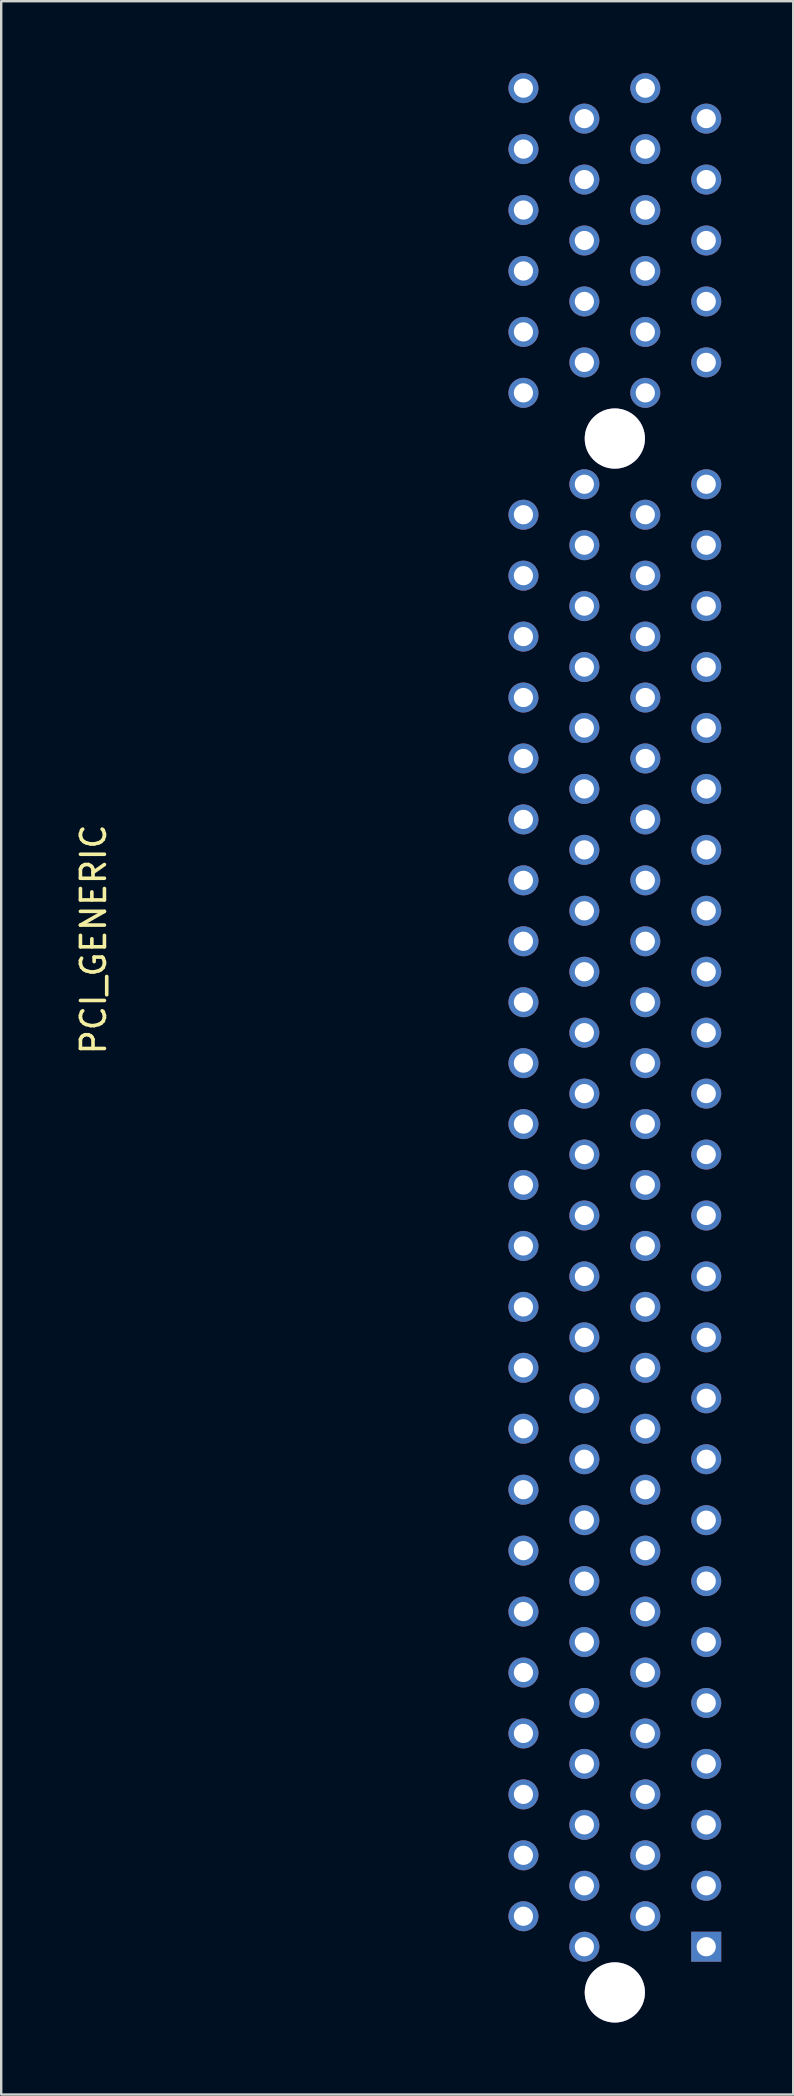
<source format=kicad_pcb>
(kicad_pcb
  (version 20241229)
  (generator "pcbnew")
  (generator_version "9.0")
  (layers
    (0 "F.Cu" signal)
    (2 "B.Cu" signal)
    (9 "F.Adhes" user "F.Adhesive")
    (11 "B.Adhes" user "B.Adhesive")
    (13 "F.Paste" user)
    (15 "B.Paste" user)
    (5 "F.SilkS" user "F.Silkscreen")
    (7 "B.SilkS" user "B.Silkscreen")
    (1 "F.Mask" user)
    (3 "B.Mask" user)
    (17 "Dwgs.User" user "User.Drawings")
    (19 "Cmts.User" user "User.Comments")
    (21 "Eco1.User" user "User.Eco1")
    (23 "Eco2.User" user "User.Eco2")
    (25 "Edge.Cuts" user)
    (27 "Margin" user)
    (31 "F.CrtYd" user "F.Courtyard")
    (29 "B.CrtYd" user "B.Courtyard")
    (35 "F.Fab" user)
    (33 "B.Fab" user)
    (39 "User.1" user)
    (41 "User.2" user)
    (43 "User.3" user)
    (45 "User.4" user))
  (footprint "PCI_GENERIC"
    (layer "F.Cu")
    (at 21.848 43.105)
    (property "Reference" "PCI_GENERIC" (at -21 -7 90) (layer "F.SilkS") (effects (font (size 1 1) (thickness 0.15))))
    (pad "A01" thru_hole rect (at 4.54 34.99 90) (size 1.25 1.25) (drill 0.8) (layers "*.Cu" "*.Mask"))
    (pad "A02" thru_hole oval (at 2 33.72 90) (size 1.25 1.25) (drill 0.8) (layers "*.Cu" "*.Mask"))
    (pad "A03" thru_hole oval (at 4.54 32.45 90) (size 1.25 1.25) (drill 0.8) (layers "*.Cu" "*.Mask"))
    (pad "A04" thru_hole oval (at 2 31.18 90) (size 1.25 1.25) (drill 0.8) (layers "*.Cu" "*.Mask"))
    (pad "A05" thru_hole oval (at 4.54 29.91 90) (size 1.25 1.25) (drill 0.8) (layers "*.Cu" "*.Mask"))
    (pad "A06" thru_hole oval (at 2 28.64 90) (size 1.25 1.25) (drill 0.8) (layers "*.Cu" "*.Mask"))
    (pad "A07" thru_hole oval (at 4.54 27.37 90) (size 1.25 1.25) (drill 0.8) (layers "*.Cu" "*.Mask"))
    (pad "A08" thru_hole oval (at 2 26.1 90) (size 1.25 1.25) (drill 0.8) (layers "*.Cu" "*.Mask"))
    (pad "A09" thru_hole oval (at 4.54 24.83 90) (size 1.25 1.25) (drill 0.8) (layers "*.Cu" "*.Mask"))
    (pad "A10" thru_hole oval (at 2 23.56 90) (size 1.25 1.25) (drill 0.8) (layers "*.Cu" "*.Mask"))
    (pad "A11" thru_hole oval (at 4.54 22.29 90) (size 1.25 1.25) (drill 0.8) (layers "*.Cu" "*.Mask"))
    (pad "A12" thru_hole oval (at 2 21.02 90) (size 1.25 1.25) (drill 0.8) (layers "*.Cu" "*.Mask"))
    (pad "A13" thru_hole oval (at 4.54 19.75 90) (size 1.25 1.25) (drill 0.8) (layers "*.Cu" "*.Mask"))
    (pad "A14" thru_hole oval (at 2 18.48 90) (size 1.25 1.25) (drill 0.8) (layers "*.Cu" "*.Mask"))
    (pad "A15" thru_hole oval (at 4.54 17.21 90) (size 1.25 1.25) (drill 0.8) (layers "*.Cu" "*.Mask"))
    (pad "A16" thru_hole oval (at 2 15.94 90) (size 1.25 1.25) (drill 0.8) (layers "*.Cu" "*.Mask"))
    (pad "A17" thru_hole oval (at 4.54 14.67 90) (size 1.25 1.25) (drill 0.8) (layers "*.Cu" "*.Mask"))
    (pad "A18" thru_hole oval (at 2 13.4 90) (size 1.25 1.25) (drill 0.8) (layers "*.Cu" "*.Mask"))
    (pad "A19" thru_hole oval (at 4.54 12.13 90) (size 1.25 1.25) (drill 0.8) (layers "*.Cu" "*.Mask"))
    (pad "A20" thru_hole oval (at 2 10.86 90) (size 1.25 1.25) (drill 0.8) (layers "*.Cu" "*.Mask"))
    (pad "A21" thru_hole oval (at 4.54 9.59 90) (size 1.25 1.25) (drill 0.8) (layers "*.Cu" "*.Mask"))
    (pad "A22" thru_hole oval (at 2 8.32 90) (size 1.25 1.25) (drill 0.8) (layers "*.Cu" "*.Mask"))
    (pad "A23" thru_hole oval (at 4.54 7.05 90) (size 1.25 1.25) (drill 0.8) (layers "*.Cu" "*.Mask"))
    (pad "A24" thru_hole oval (at 2 5.78 90) (size 1.25 1.25) (drill 0.8) (layers "*.Cu" "*.Mask"))
    (pad "A25" thru_hole oval (at 4.54 4.51 90) (size 1.25 1.25) (drill 0.8) (layers "*.Cu" "*.Mask"))
    (pad "A26" thru_hole oval (at 2 3.24 90) (size 1.25 1.25) (drill 0.8) (layers "*.Cu" "*.Mask"))
    (pad "A27" thru_hole oval (at 4.54 1.97 90) (size 1.25 1.25) (drill 0.8) (layers "*.Cu" "*.Mask"))
    (pad "A28" thru_hole oval (at 2 0.7 90) (size 1.25 1.25) (drill 0.8) (layers "*.Cu" "*.Mask"))
    (pad "A29" thru_hole oval (at 4.54 -0.57 90) (size 1.25 1.25) (drill 0.8) (layers "*.Cu" "*.Mask"))
    (pad "A30" thru_hole oval (at 2 -1.84 90) (size 1.25 1.25) (drill 0.8) (layers "*.Cu" "*.Mask"))
    (pad "A31" thru_hole oval (at 4.54 -3.11 90) (size 1.25 1.25) (drill 0.8) (layers "*.Cu" "*.Mask"))
    (pad "A32" thru_hole oval (at 2 -4.38 90) (size 1.25 1.25) (drill 0.8) (layers "*.Cu" "*.Mask"))
    (pad "A33" thru_hole oval (at 4.54 -5.65 90) (size 1.25 1.25) (drill 0.8) (layers "*.Cu" "*.Mask"))
    (pad "A34" thru_hole oval (at 2 -6.92 90) (size 1.25 1.25) (drill 0.8) (layers "*.Cu" "*.Mask"))
    (pad "A35" thru_hole oval (at 4.54 -8.19 90) (size 1.25 1.25) (drill 0.8) (layers "*.Cu" "*.Mask"))
    (pad "A36" thru_hole oval (at 2 -9.46 90) (size 1.25 1.25) (drill 0.8) (layers "*.Cu" "*.Mask"))
    (pad "A37" thru_hole oval (at 4.54 -10.73 90) (size 1.25 1.25) (drill 0.8) (layers "*.Cu" "*.Mask"))
    (pad "A38" thru_hole oval (at 2 -12 90) (size 1.25 1.25) (drill 0.8) (layers "*.Cu" "*.Mask"))
    (pad "A39" thru_hole oval (at 4.54 -13.27 90) (size 1.25 1.25) (drill 0.8) (layers "*.Cu" "*.Mask"))
    (pad "A40" thru_hole oval (at 2 -14.54 90) (size 1.25 1.25) (drill 0.8) (layers "*.Cu" "*.Mask"))
    (pad "A41" thru_hole oval (at 4.54 -15.81 90) (size 1.25 1.25) (drill 0.8) (layers "*.Cu" "*.Mask"))
    (pad "A42" thru_hole oval (at 2 -17.08 90) (size 1.25 1.25) (drill 0.8) (layers "*.Cu" "*.Mask"))
    (pad "A43" thru_hole oval (at 4.54 -18.35 90) (size 1.25 1.25) (drill 0.8) (layers "*.Cu" "*.Mask"))
    (pad "A44" thru_hole oval (at 2 -19.62 90) (size 1.25 1.25) (drill 0.8) (layers "*.Cu" "*.Mask"))
    (pad "A45" thru_hole oval (at 4.54 -20.89 90) (size 1.25 1.25) (drill 0.8) (layers "*.Cu" "*.Mask"))
    (pad "A46" thru_hole oval (at 2 -22.16 90) (size 1.25 1.25) (drill 0.8) (layers "*.Cu" "*.Mask"))
    (pad "A47" thru_hole oval (at 4.54 -23.43 90) (size 1.25 1.25) (drill 0.8) (layers "*.Cu" "*.Mask"))
    (pad "A48" thru_hole oval (at 2 -24.7 90) (size 1.25 1.25) (drill 0.8) (layers "*.Cu" "*.Mask"))
    (pad "A49" thru_hole oval (at 4.54 -25.97 90) (size 1.25 1.25) (drill 0.8) (layers "*.Cu" "*.Mask"))
    (pad "A52" thru_hole oval (at 2 -29.78 90) (size 1.25 1.25) (drill 0.8) (layers "*.Cu" "*.Mask"))
    (pad "A53" thru_hole oval (at 4.54 -31.05 90) (size 1.25 1.25) (drill 0.8) (layers "*.Cu" "*.Mask"))
    (pad "A54" thru_hole oval (at 2 -32.32 90) (size 1.25 1.25) (drill 0.8) (layers "*.Cu" "*.Mask"))
    (pad "A55" thru_hole oval (at 4.54 -33.59 90) (size 1.25 1.25) (drill 0.8) (layers "*.Cu" "*.Mask"))
    (pad "A56" thru_hole oval (at 2 -34.86 90) (size 1.25 1.25) (drill 0.8) (layers "*.Cu" "*.Mask"))
    (pad "A57" thru_hole oval (at 4.54 -36.13 90) (size 1.25 1.25) (drill 0.8) (layers "*.Cu" "*.Mask"))
    (pad "A58" thru_hole oval (at 2 -37.4 90) (size 1.25 1.25) (drill 0.8) (layers "*.Cu" "*.Mask"))
    (pad "A59" thru_hole oval (at 4.54 -38.67 90) (size 1.25 1.25) (drill 0.8) (layers "*.Cu" "*.Mask"))
    (pad "A60" thru_hole oval (at 2 -39.94 90) (size 1.25 1.25) (drill 0.8) (layers "*.Cu" "*.Mask"))
    (pad "A61" thru_hole oval (at 4.54 -41.21 90) (size 1.25 1.25) (drill 0.8) (layers "*.Cu" "*.Mask"))
    (pad "A62" thru_hole oval (at 2 -42.48 90) (size 1.25 1.25) (drill 0.8) (layers "*.Cu" "*.Mask"))
    (pad "B01" thru_hole oval (at -0.54 34.99 90) (size 1.25 1.25) (drill 0.8) (layers "*.Cu" "*.Mask"))
    (pad "B02" thru_hole oval (at -3.08 33.72 90) (size 1.25 1.25) (drill 0.8) (layers "*.Cu" "*.Mask"))
    (pad "B03" thru_hole oval (at -0.54 32.45 90) (size 1.25 1.25) (drill 0.8) (layers "*.Cu" "*.Mask"))
    (pad "B04" thru_hole oval (at -3.08 31.18 90) (size 1.25 1.25) (drill 0.8) (layers "*.Cu" "*.Mask"))
    (pad "B05" thru_hole oval (at -0.54 29.91 90) (size 1.25 1.25) (drill 0.8) (layers "*.Cu" "*.Mask"))
    (pad "B06" thru_hole oval (at -3.08 28.64 90) (size 1.25 1.25) (drill 0.8) (layers "*.Cu" "*.Mask"))
    (pad "B07" thru_hole oval (at -0.54 27.37 90) (size 1.25 1.25) (drill 0.8) (layers "*.Cu" "*.Mask"))
    (pad "B08" thru_hole oval (at -3.08 26.1 90) (size 1.25 1.25) (drill 0.8) (layers "*.Cu" "*.Mask"))
    (pad "B09" thru_hole oval (at -0.54 24.83 90) (size 1.25 1.25) (drill 0.8) (layers "*.Cu" "*.Mask"))
    (pad "B10" thru_hole oval (at -3.08 23.56 90) (size 1.25 1.25) (drill 0.8) (layers "*.Cu" "*.Mask"))
    (pad "B11" thru_hole oval (at -0.54 22.29 90) (size 1.25 1.25) (drill 0.8) (layers "*.Cu" "*.Mask"))
    (pad "B12" thru_hole oval (at -3.08 21.02 90) (size 1.25 1.25) (drill 0.8) (layers "*.Cu" "*.Mask"))
    (pad "B13" thru_hole oval (at -0.54 19.75 90) (size 1.25 1.25) (drill 0.8) (layers "*.Cu" "*.Mask"))
    (pad "B14" thru_hole oval (at -3.08 18.48 90) (size 1.25 1.25) (drill 0.8) (layers "*.Cu" "*.Mask"))
    (pad "B15" thru_hole oval (at -0.54 17.21 90) (size 1.25 1.25) (drill 0.8) (layers "*.Cu" "*.Mask"))
    (pad "B16" thru_hole oval (at -3.08 15.94 90) (size 1.25 1.25) (drill 0.8) (layers "*.Cu" "*.Mask"))
    (pad "B17" thru_hole oval (at -0.54 14.67 90) (size 1.25 1.25) (drill 0.8) (layers "*.Cu" "*.Mask"))
    (pad "B18" thru_hole oval (at -3.08 13.4 90) (size 1.25 1.25) (drill 0.8) (layers "*.Cu" "*.Mask"))
    (pad "B19" thru_hole oval (at -0.54 12.13 90) (size 1.25 1.25) (drill 0.8) (layers "*.Cu" "*.Mask"))
    (pad "B20" thru_hole oval (at -3.08 10.86 90) (size 1.25 1.25) (drill 0.8) (layers "*.Cu" "*.Mask"))
    (pad "B21" thru_hole oval (at -0.54 9.59 90) (size 1.25 1.25) (drill 0.8) (layers "*.Cu" "*.Mask"))
    (pad "B22" thru_hole oval (at -3.08 8.32 90) (size 1.25 1.25) (drill 0.8) (layers "*.Cu" "*.Mask"))
    (pad "B23" thru_hole oval (at -0.54 7.05 90) (size 1.25 1.25) (drill 0.8) (layers "*.Cu" "*.Mask"))
    (pad "B24" thru_hole oval (at -3.08 5.78 90) (size 1.25 1.25) (drill 0.8) (layers "*.Cu" "*.Mask"))
    (pad "B25" thru_hole oval (at -0.54 4.51 90) (size 1.25 1.25) (drill 0.8) (layers "*.Cu" "*.Mask"))
    (pad "B26" thru_hole oval (at -3.08 3.24 90) (size 1.25 1.25) (drill 0.8) (layers "*.Cu" "*.Mask"))
    (pad "B27" thru_hole oval (at -0.54 1.97 90) (size 1.25 1.25) (drill 0.8) (layers "*.Cu" "*.Mask"))
    (pad "B28" thru_hole oval (at -3.08 0.7 90) (size 1.25 1.25) (drill 0.8) (layers "*.Cu" "*.Mask"))
    (pad "B29" thru_hole oval (at -0.54 -0.57 90) (size 1.25 1.25) (drill 0.8) (layers "*.Cu" "*.Mask"))
    (pad "B30" thru_hole oval (at -3.08 -1.84 90) (size 1.25 1.25) (drill 0.8) (layers "*.Cu" "*.Mask"))
    (pad "B31" thru_hole oval (at -0.54 -3.11 90) (size 1.25 1.25) (drill 0.8) (layers "*.Cu" "*.Mask"))
    (pad "B32" thru_hole oval (at -3.08 -4.38 90) (size 1.25 1.25) (drill 0.8) (layers "*.Cu" "*.Mask"))
    (pad "B33" thru_hole oval (at -0.54 -5.65 90) (size 1.25 1.25) (drill 0.8) (layers "*.Cu" "*.Mask"))
    (pad "B34" thru_hole oval (at -3.08 -6.92 90) (size 1.25 1.25) (drill 0.8) (layers "*.Cu" "*.Mask"))
    (pad "B35" thru_hole oval (at -0.54 -8.19 90) (size 1.25 1.25) (drill 0.8) (layers "*.Cu" "*.Mask"))
    (pad "B36" thru_hole oval (at -3.08 -9.46 90) (size 1.25 1.25) (drill 0.8) (layers "*.Cu" "*.Mask"))
    (pad "B37" thru_hole oval (at -0.54 -10.73 90) (size 1.25 1.25) (drill 0.8) (layers "*.Cu" "*.Mask"))
    (pad "B38" thru_hole oval (at -3.08 -12 90) (size 1.25 1.25) (drill 0.8) (layers "*.Cu" "*.Mask"))
    (pad "B39" thru_hole oval (at -0.54 -13.27 90) (size 1.25 1.25) (drill 0.8) (layers "*.Cu" "*.Mask"))
    (pad "B40" thru_hole oval (at -3.08 -14.54 90) (size 1.25 1.25) (drill 0.8) (layers "*.Cu" "*.Mask"))
    (pad "B41" thru_hole oval (at -0.54 -15.81 90) (size 1.25 1.25) (drill 0.8) (layers "*.Cu" "*.Mask"))
    (pad "B42" thru_hole oval (at -3.08 -17.08 90) (size 1.25 1.25) (drill 0.8) (layers "*.Cu" "*.Mask"))
    (pad "B43" thru_hole oval (at -0.54 -18.35 90) (size 1.25 1.25) (drill 0.8) (layers "*.Cu" "*.Mask"))
    (pad "B44" thru_hole oval (at -3.08 -19.62 90) (size 1.25 1.25) (drill 0.8) (layers "*.Cu" "*.Mask"))
    (pad "B45" thru_hole oval (at -0.54 -20.89 90) (size 1.25 1.25) (drill 0.8) (layers "*.Cu" "*.Mask"))
    (pad "B46" thru_hole oval (at -3.08 -22.16 90) (size 1.25 1.25) (drill 0.8) (layers "*.Cu" "*.Mask"))
    (pad "B47" thru_hole oval (at -0.54 -23.43 90) (size 1.25 1.25) (drill 0.8) (layers "*.Cu" "*.Mask"))
    (pad "B48" thru_hole oval (at -3.08 -24.7 90) (size 1.25 1.25) (drill 0.8) (layers "*.Cu" "*.Mask"))
    (pad "B49" thru_hole oval (at -0.54 -25.97 90) (size 1.25 1.25) (drill 0.8) (layers "*.Cu" "*.Mask"))
    (pad "B52" thru_hole oval (at -3.08 -29.78 90) (size 1.25 1.25) (drill 0.8) (layers "*.Cu" "*.Mask"))
    (pad "B53" thru_hole oval (at -0.54 -31.05 90) (size 1.25 1.25) (drill 0.8) (layers "*.Cu" "*.Mask"))
    (pad "B54" thru_hole oval (at -3.08 -32.32 90) (size 1.25 1.25) (drill 0.8) (layers "*.Cu" "*.Mask"))
    (pad "B55" thru_hole oval (at -0.54 -33.59 90) (size 1.25 1.25) (drill 0.8) (layers "*.Cu" "*.Mask"))
    (pad "B56" thru_hole oval (at -3.08 -34.86 90) (size 1.25 1.25) (drill 0.8) (layers "*.Cu" "*.Mask"))
    (pad "B57" thru_hole oval (at -0.54 -36.13 90) (size 1.25 1.25) (drill 0.8) (layers "*.Cu" "*.Mask"))
    (pad "B58" thru_hole oval (at -3.08 -37.4 90) (size 1.25 1.25) (drill 0.8) (layers "*.Cu" "*.Mask"))
    (pad "B59" thru_hole oval (at -0.54 -38.67 90) (size 1.25 1.25) (drill 0.8) (layers "*.Cu" "*.Mask"))
    (pad "B60" thru_hole oval (at -3.08 -39.94 90) (size 1.25 1.25) (drill 0.8) (layers "*.Cu" "*.Mask"))
    (pad "B61" thru_hole oval (at -0.54 -41.21 90) (size 1.25 1.25) (drill 0.8) (layers "*.Cu" "*.Mask"))
    (pad "B62" thru_hole oval (at -3.08 -42.48 90) (size 1.25 1.25) (drill 0.8) (layers "*.Cu" "*.Mask"))
    (pad "X1" thru_hole oval (at 0.73 -27.875 90) (size 2.51 2.51) (drill 2.51) (layers "*.Cu" "*.Mask"))
    (pad "X2" thru_hole oval (at 0.73 36.895 90) (size 2.51 2.51) (drill 2.51) (layers "*.Cu" "*.Mask")))
  (gr_rect
    (start -3 -3)
    (end 30.013 84.255)
    (stroke (width 0.1) (type default))
    (fill no)
    (layer "Edge.Cuts")))
</source>
